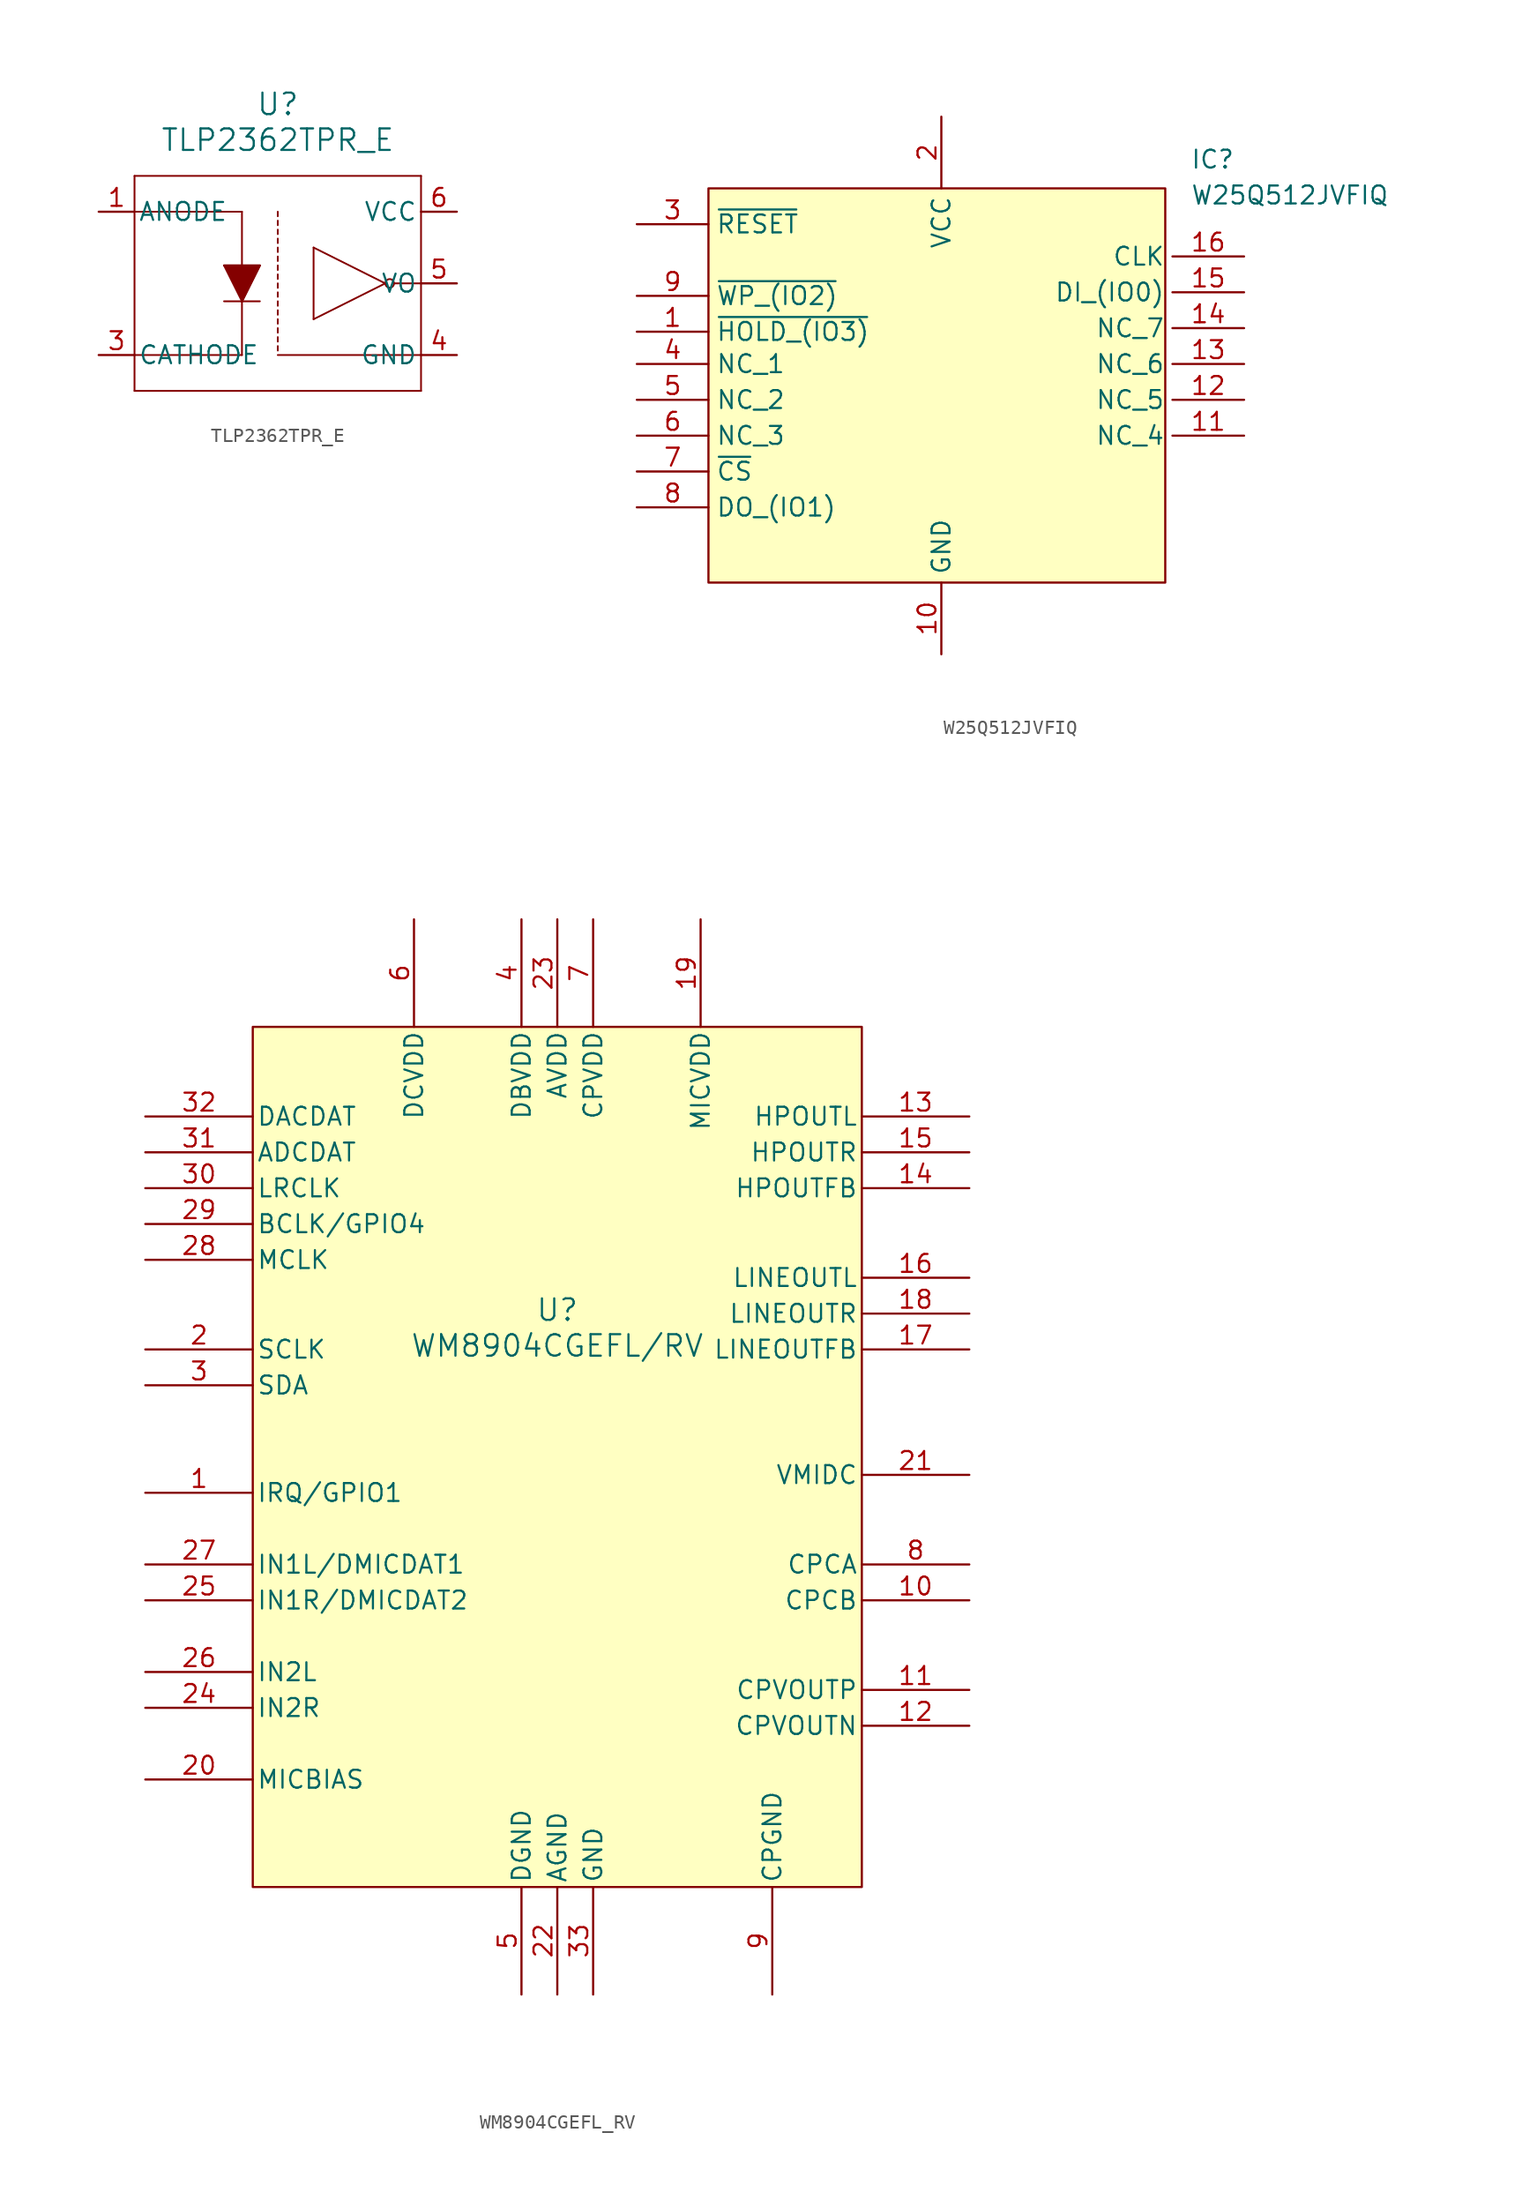
<source format=kicad_sym>
(kicad_symbol_lib
  (version 20241209)
  (generator "kicad_symbol_editor")
  (generator_version "9.0")
  (symbol "TLP2362TPR_E"
    (pin_names
      (offset 0.254))
    (property "Reference" "U"
      (at 17.78 7.62 0)
      (effects (font (size 1.524 1.524))))
    (property "Value" "TLP2362TPR_E"
      (at 17.78 5.08 0)
      (effects (font (size 1.524 1.524))))
    (symbol "TLP2362TPR_E_0_1"
      (polyline (pts (xy 7.62 2.54) (xy 7.62 -12.7)) (stroke (width 0.127) (type default)) (fill (type none)))
      (polyline (pts (xy 7.62 0) (xy 15.24 0)) (stroke (width 0.127) (type default)) (fill (type none)))
      (polyline (pts (xy 7.62 -12.7) (xy 27.94 -12.7)) (stroke (width 0.127) (type default)) (fill (type none)))
      (polyline (pts (xy 13.97 -3.81) (xy 16.51 -3.81)) (stroke (width 0.127) (type default)) (fill (type none)))
      (polyline (pts (xy 13.97 -3.81) (xy 16.51 -3.81) (xy 15.24 -6.35)) (stroke (width 0) (type default)) (fill (type outline)))
      (polyline (pts (xy 13.97 -6.35) (xy 16.51 -6.35)) (stroke (width 0.127) (type default)) (fill (type none)))
      (polyline (pts (xy 15.24 0) (xy 15.24 -10.16)) (stroke (width 0.127) (type default)) (fill (type none)))
      (polyline (pts (xy 15.24 -6.35) (xy 13.97 -3.81)) (stroke (width 0.127) (type default)) (fill (type none)))
      (polyline (pts (xy 15.24 -10.16) (xy 7.62 -10.16)) (stroke (width 0.127) (type default)) (fill (type none)))
      (polyline (pts (xy 16.51 -3.81) (xy 15.24 -6.35)) (stroke (width 0.127) (type default)) (fill (type none)))
      (polyline (pts (xy 17.78 0) (xy 17.78 -0.318)) (stroke (width 0.127) (type default)) (fill (type none)))
      (polyline (pts (xy 17.78 -0.635) (xy 17.78 -0.953)) (stroke (width 0.127) (type default)) (fill (type none)))
      (polyline (pts (xy 17.78 -1.27) (xy 17.78 -1.587)) (stroke (width 0.127) (type default)) (fill (type none)))
      (polyline (pts (xy 17.78 -1.905) (xy 17.78 -2.223)) (stroke (width 0.127) (type default)) (fill (type none)))
      (polyline (pts (xy 17.78 -2.54) (xy 17.78 -2.857)) (stroke (width 0.127) (type default)) (fill (type none)))
      (polyline (pts (xy 17.78 -3.175) (xy 17.78 -3.493)) (stroke (width 0.127) (type default)) (fill (type none)))
      (polyline (pts (xy 17.78 -3.81) (xy 17.78 -4.128)) (stroke (width 0.127) (type default)) (fill (type none)))
      (polyline (pts (xy 17.78 -4.445) (xy 17.78 -4.763)) (stroke (width 0.127) (type default)) (fill (type none)))
      (polyline (pts (xy 17.78 -5.08) (xy 17.78 -5.397)) (stroke (width 0.127) (type default)) (fill (type none)))
      (polyline (pts (xy 17.78 -5.715) (xy 17.78 -6.032)) (stroke (width 0.127) (type default)) (fill (type none)))
      (polyline (pts (xy 17.78 -6.35) (xy 17.78 -6.668)) (stroke (width 0.127) (type default)) (fill (type none)))
      (polyline (pts (xy 17.78 -6.985) (xy 17.78 -7.303)) (stroke (width 0.127) (type default)) (fill (type none)))
      (polyline (pts (xy 17.78 -7.62) (xy 17.78 -7.938)) (stroke (width 0.127) (type default)) (fill (type none)))
      (polyline (pts (xy 17.78 -8.255) (xy 17.78 -8.572)) (stroke (width 0.127) (type default)) (fill (type none)))
      (polyline (pts (xy 17.78 -8.89) (xy 17.78 -9.207)) (stroke (width 0.127) (type default)) (fill (type none)))
      (polyline (pts (xy 17.78 -9.525) (xy 17.78 -9.842)) (stroke (width 0.127) (type default)) (fill (type none)))
      (polyline (pts (xy 17.78 -10.16) (xy 27.94 -10.16)) (stroke (width 0.127) (type default)) (fill (type none)))
      (polyline (pts (xy 20.32 -2.54) (xy 25.4 -5.08)) (stroke (width 0.127) (type default)) (fill (type none)))
      (polyline (pts (xy 20.32 -7.62) (xy 20.32 -2.54)) (stroke (width 0.127) (type default)) (fill (type none)))
      (polyline (pts (xy 25.4 -5.08) (xy 20.32 -7.62)) (stroke (width 0.127) (type default)) (fill (type none)))
      (circle (center 25.718 -5.08) (radius 0.305) (stroke (width 0.127) (type default)) (fill (type none)))
      (polyline (pts (xy 26.022 -5.08) (xy 27.94 -5.08)) (stroke (width 0.127) (type default)) (fill (type none)))
      (polyline (pts (xy 27.94 2.54) (xy 7.62 2.54)) (stroke (width 0.127) (type default)) (fill (type none)))
      (polyline (pts (xy 27.94 -12.7) (xy 27.94 2.54)) (stroke (width 0.127) (type default)) (fill (type none))))
    (symbol "TLP2362TPR_E_1_1"
      (pin passive line (at 5.08 0 0) (length 2.54) (name "ANODE" (effects (font (size 1.27 1.27)))) (number "1" (effects (font (size 1.27 1.27)))))
      (pin passive line (at 5.08 -10.16 0) (length 2.54) (name "CATHODE" (effects (font (size 1.27 1.27)))) (number "3" (effects (font (size 1.27 1.27)))))
      (pin power_in line (at 30.48 0 180) (length 2.54) (name "VCC" (effects (font (size 1.27 1.27)))) (number "6" (effects (font (size 1.27 1.27)))))
      (pin output line (at 30.48 -5.08 180) (length 2.54) (name "VO" (effects (font (size 1.27 1.27)))) (number "5" (effects (font (size 1.27 1.27)))))
      (pin power_out line (at 30.48 -10.16 180) (length 2.54) (name "GND" (effects (font (size 1.27 1.27)))) (number "4" (effects (font (size 1.27 1.27)))))))
  (symbol "W25Q512JVFIQ"
    (property "Reference" "IC"
      (at 17.653 16.764 0)
      (effects (font (size 1.27 1.27)) (justify left top)))
    (property "Value" "W25Q512JVFIQ"
      (at 17.653 14.224 0)
      (effects (font (size 1.27 1.27)) (justify left top)))
    (symbol "W25Q512JVFIQ_1_1"
      (rectangle (start -16.51 13.97) (end 15.875 -13.97) (stroke (width 0) (type solid)) (fill (type background)))
      (pin passive line (at -21.59 11.43 0) (length 5.08) (name "~{RESET}" (effects (font (size 1.27 1.27)))) (number "3" (effects (font (size 1.27 1.27)))))
      (pin passive line (at -21.59 6.35 0) (length 5.08) (name "~{WP_(IO2)}" (effects (font (size 1.27 1.27)))) (number "9" (effects (font (size 1.27 1.27)))))
      (pin passive line (at -21.59 3.81 0) (length 5.08) (name "~{HOLD_(IO3)}" (effects (font (size 1.27 1.27)))) (number "1" (effects (font (size 1.27 1.27)))))
      (pin passive line (at -21.59 1.524 0) (length 5.08) (name "NC_1" (effects (font (size 1.27 1.27)))) (number "4" (effects (font (size 1.27 1.27)))))
      (pin passive line (at -21.59 -1.016 0) (length 5.08) (name "NC_2" (effects (font (size 1.27 1.27)))) (number "5" (effects (font (size 1.27 1.27)))))
      (pin passive line (at -21.59 -3.556 0) (length 5.08) (name "NC_3" (effects (font (size 1.27 1.27)))) (number "6" (effects (font (size 1.27 1.27)))))
      (pin passive line (at -21.59 -6.096 0) (length 5.08) (name "~{CS}" (effects (font (size 1.27 1.27)))) (number "7" (effects (font (size 1.27 1.27)))))
      (pin passive line (at -21.59 -8.636 0) (length 5.08) (name "DO_(IO1)" (effects (font (size 1.27 1.27)))) (number "8" (effects (font (size 1.27 1.27)))))
      (pin passive line (at 0 19.05 270) (length 5.08) (name "VCC" (effects (font (size 1.27 1.27)))) (number "2" (effects (font (size 1.27 1.27)))))
      (pin passive line (at 0 -19.05 90) (length 5.08) (name "GND" (effects (font (size 1.27 1.27)))) (number "10" (effects (font (size 1.27 1.27)))))
      (pin passive line (at 21.463 9.144 180) (length 5.08) (name "CLK" (effects (font (size 1.27 1.27)))) (number "16" (effects (font (size 1.27 1.27)))))
      (pin passive line (at 21.463 6.604 180) (length 5.08) (name "DI_(IO0)" (effects (font (size 1.27 1.27)))) (number "15" (effects (font (size 1.27 1.27)))))
      (pin passive line (at 21.463 4.064 180) (length 5.08) (name "NC_7" (effects (font (size 1.27 1.27)))) (number "14" (effects (font (size 1.27 1.27)))))
      (pin passive line (at 21.463 1.524 180) (length 5.08) (name "NC_6" (effects (font (size 1.27 1.27)))) (number "13" (effects (font (size 1.27 1.27)))))
      (pin passive line (at 21.463 -1.016 180) (length 5.08) (name "NC_5" (effects (font (size 1.27 1.27)))) (number "12" (effects (font (size 1.27 1.27)))))
      (pin passive line (at 21.463 -3.556 180) (length 5.08) (name "NC_4" (effects (font (size 1.27 1.27)))) (number "11" (effects (font (size 1.27 1.27)))))))
  (symbol "WM8904CGEFL_RV"
    (pin_names
      (offset 0.254))
    (property "Reference" "U"
      (at 0 10.414 0)
      (effects (font (size 1.524 1.524))))
    (property "Value" "WM8904CGEFL/RV"
      (at 0 7.874 0)
      (effects (font (size 1.524 1.524))))
    (symbol "WM8904CGEFL_RV_0_1"
      (pin input line (at -29.21 24.13 0) (length 7.62) (name "DACDAT" (effects (font (size 1.27 1.27)))) (number "32" (effects (font (size 1.27 1.27)))))
      (pin output line (at -29.21 21.59 0) (length 7.62) (name "ADCDAT" (effects (font (size 1.27 1.27)))) (number "31" (effects (font (size 1.27 1.27)))))
      (pin bidirectional line (at -29.21 19.05 0) (length 7.62) (name "LRCLK" (effects (font (size 1.27 1.27)))) (number "30" (effects (font (size 1.27 1.27)))))
      (pin bidirectional line (at -29.21 16.51 0) (length 7.62) (name "BCLK/GPIO4" (effects (font (size 1.27 1.27)))) (number "29" (effects (font (size 1.27 1.27)))))
      (pin input line (at -29.21 13.97 0) (length 7.62) (name "MCLK" (effects (font (size 1.27 1.27)))) (number "28" (effects (font (size 1.27 1.27)))))
      (pin input line (at -29.21 7.62 0) (length 7.62) (name "SCLK" (effects (font (size 1.27 1.27)))) (number "2" (effects (font (size 1.27 1.27)))))
      (pin bidirectional line (at -29.21 5.08 0) (length 7.62) (name "SDA" (effects (font (size 1.27 1.27)))) (number "3" (effects (font (size 1.27 1.27)))))
      (pin bidirectional line (at -29.21 -2.54 0) (length 7.62) (name "IRQ/GPIO1" (effects (font (size 1.27 1.27)))) (number "1" (effects (font (size 1.27 1.27)))))
      (pin input line (at -29.21 -7.62 0) (length 7.62) (name "IN1L/DMICDAT1" (effects (font (size 1.27 1.27)))) (number "27" (effects (font (size 1.27 1.27)))))
      (pin input line (at -29.21 -10.16 0) (length 7.62) (name "IN1R/DMICDAT2" (effects (font (size 1.27 1.27)))) (number "25" (effects (font (size 1.27 1.27)))))
      (pin input line (at -29.21 -15.24 0) (length 7.62) (name "IN2L" (effects (font (size 1.27 1.27)))) (number "26" (effects (font (size 1.27 1.27)))))
      (pin input line (at -29.21 -17.78 0) (length 7.62) (name "IN2R" (effects (font (size 1.27 1.27)))) (number "24" (effects (font (size 1.27 1.27)))))
      (pin output line (at -29.21 -22.86 0) (length 7.62) (name "MICBIAS" (effects (font (size 1.27 1.27)))) (number "20" (effects (font (size 1.27 1.27)))))
      (pin power_in line (at -10.16 38.1 270) (length 7.62) (name "DCVDD" (effects (font (size 1.27 1.27)))) (number "6" (effects (font (size 1.27 1.27)))))
      (pin power_in line (at -2.54 38.1 270) (length 7.62) (name "DBVDD" (effects (font (size 1.27 1.27)))) (number "4" (effects (font (size 1.27 1.27)))))
      (pin power_out line (at -2.54 -38.1 90) (length 7.62) (name "DGND" (effects (font (size 1.27 1.27)))) (number "5" (effects (font (size 1.27 1.27)))))
      (pin power_in line (at 0 38.1 270) (length 7.62) (name "AVDD" (effects (font (size 1.27 1.27)))) (number "23" (effects (font (size 1.27 1.27)))))
      (pin power_out line (at 0 -38.1 90) (length 7.62) (name "AGND" (effects (font (size 1.27 1.27)))) (number "22" (effects (font (size 1.27 1.27)))))
      (pin power_in line (at 2.54 38.1 270) (length 7.62) (name "CPVDD" (effects (font (size 1.27 1.27)))) (number "7" (effects (font (size 1.27 1.27)))))
      (pin power_out line (at 2.54 -38.1 90) (length 7.62) (name "GND" (effects (font (size 1.27 1.27)))) (number "33" (effects (font (size 1.27 1.27)))))
      (pin power_in line (at 10.16 38.1 270) (length 7.62) (name "MICVDD" (effects (font (size 1.27 1.27)))) (number "19" (effects (font (size 1.27 1.27)))))
      (pin power_out line (at 15.24 -38.1 90) (length 7.62) (name "CPGND" (effects (font (size 1.27 1.27)))) (number "9" (effects (font (size 1.27 1.27)))))
      (pin output line (at 29.21 24.13 180) (length 7.62) (name "HPOUTL" (effects (font (size 1.27 1.27)))) (number "13" (effects (font (size 1.27 1.27)))))
      (pin output line (at 29.21 21.59 180) (length 7.62) (name "HPOUTR" (effects (font (size 1.27 1.27)))) (number "15" (effects (font (size 1.27 1.27)))))
      (pin input line (at 29.21 19.05 180) (length 7.62) (name "HPOUTFB" (effects (font (size 1.27 1.27)))) (number "14" (effects (font (size 1.27 1.27)))))
      (pin output line (at 29.21 12.7 180) (length 7.62) (name "LINEOUTL" (effects (font (size 1.27 1.27)))) (number "16" (effects (font (size 1.27 1.27)))))
      (pin output line (at 29.21 10.16 180) (length 7.62) (name "LINEOUTR" (effects (font (size 1.27 1.27)))) (number "18" (effects (font (size 1.27 1.27)))))
      (pin input line (at 29.21 7.62 180) (length 7.62) (name "LINEOUTFB" (effects (font (size 1.27 1.27)))) (number "17" (effects (font (size 1.27 1.27)))))
      (pin power_in line (at 29.21 -1.27 180) (length 7.62) (name "VMIDC" (effects (font (size 1.27 1.27)))) (number "21" (effects (font (size 1.27 1.27)))))
      (pin output line (at 29.21 -7.62 180) (length 7.62) (name "CPCA" (effects (font (size 1.27 1.27)))) (number "8" (effects (font (size 1.27 1.27)))))
      (pin output line (at 29.21 -10.16 180) (length 7.62) (name "CPCB" (effects (font (size 1.27 1.27)))) (number "10" (effects (font (size 1.27 1.27)))))
      (pin output line (at 29.21 -16.51 180) (length 7.62) (name "CPVOUTP" (effects (font (size 1.27 1.27)))) (number "11" (effects (font (size 1.27 1.27)))))
      (pin output line (at 29.21 -19.05 180) (length 7.62) (name "CPVOUTN" (effects (font (size 1.27 1.27)))) (number "12" (effects (font (size 1.27 1.27))))))
    (symbol "WM8904CGEFL_RV_1_1"
      (rectangle (start -21.59 30.48) (end 21.59 -30.48) (stroke (width 0) (type solid)) (fill (type background))))))
</source>
